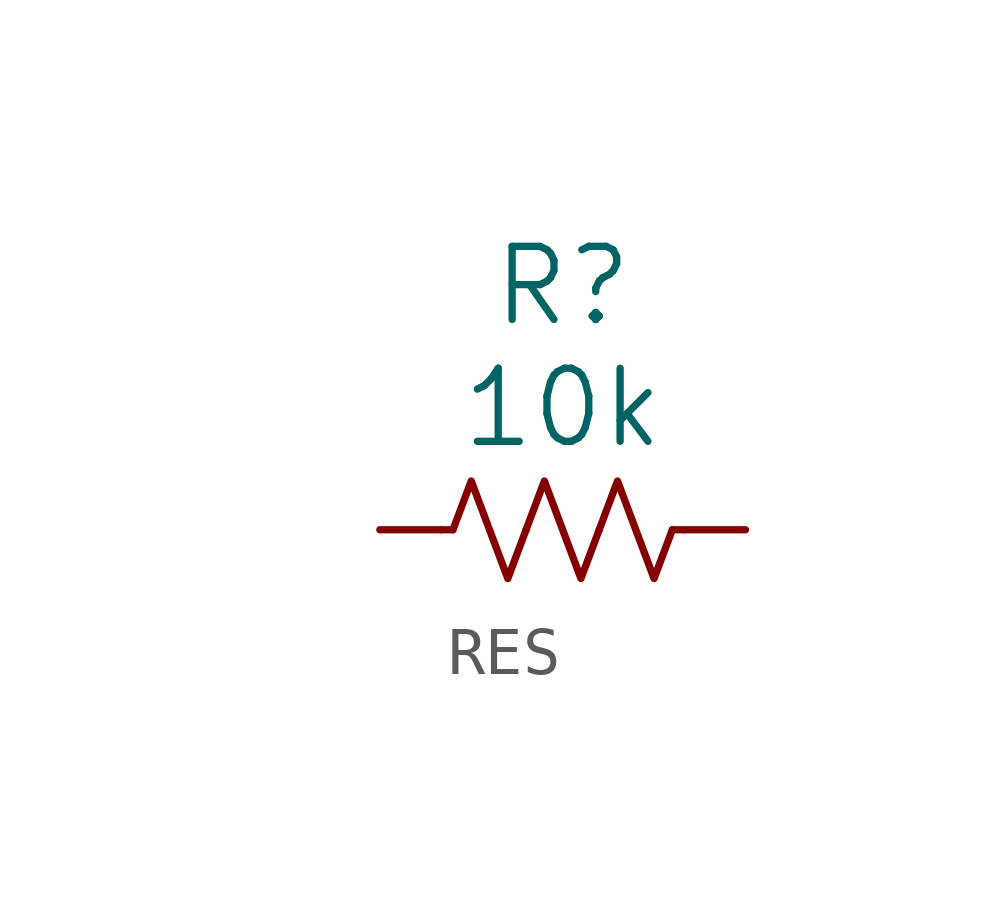
<source format=kicad_sym>
(kicad_symbol_lib
  (version 20220914)
  (generator kicad_symbol_editor)
  (symbol "RES"
    (pin_numbers hide)
    (pin_names
      (offset -2.54) hide)
    (property "Reference" "R"
      (at 6.35 5.08 0)
      (effects (font (size 1.524 1.524))))
    (property "Value" "10k"
      (at 6.35 2.54 0)
      (effects (font (size 1.524 1.524))))
    (property "Datasheet" ""
      (at 0 0 0)
      (effects (font (size 1.524 1.524))))
    (symbol "RES_0_1"
      (polyline (pts (xy 4.064 0) (xy 3.81 0)) (stroke (width 0) (type default)) (fill (type none)))
      (polyline (pts (xy 8.636 0) (xy 8.89 0)) (stroke (width 0) (type default)) (fill (type none)))
      (polyline (pts (xy 4.064 0) (xy 4.445 1.016) (xy 4.826 0) (xy 5.207 -1.016) (xy 5.588 0)) (stroke (width 0) (type default)) (fill (type none)))
      (polyline (pts (xy 5.588 0) (xy 5.969 1.016) (xy 6.35 0) (xy 6.731 -1.016) (xy 7.112 0)) (stroke (width 0) (type default)) (fill (type none)))
      (polyline (pts (xy 7.112 0) (xy 7.493 1.016) (xy 7.874 0) (xy 8.255 -1.016) (xy 8.636 0)) (stroke (width 0) (type default)) (fill (type none))))
    (symbol "RES_1_1"
      (pin passive line (at 2.54 0 0) (length 1.27) (name "" (effects (font (size 1.27 1.27)))) (number "1" (effects (font (size 1.27 1.27)))))
      (pin passive line (at 10.16 0 180) (length 1.27) (name "" (effects (font (size 1.27 1.27)))) (number "2" (effects (font (size 1.27 1.27))))))))
</source>
